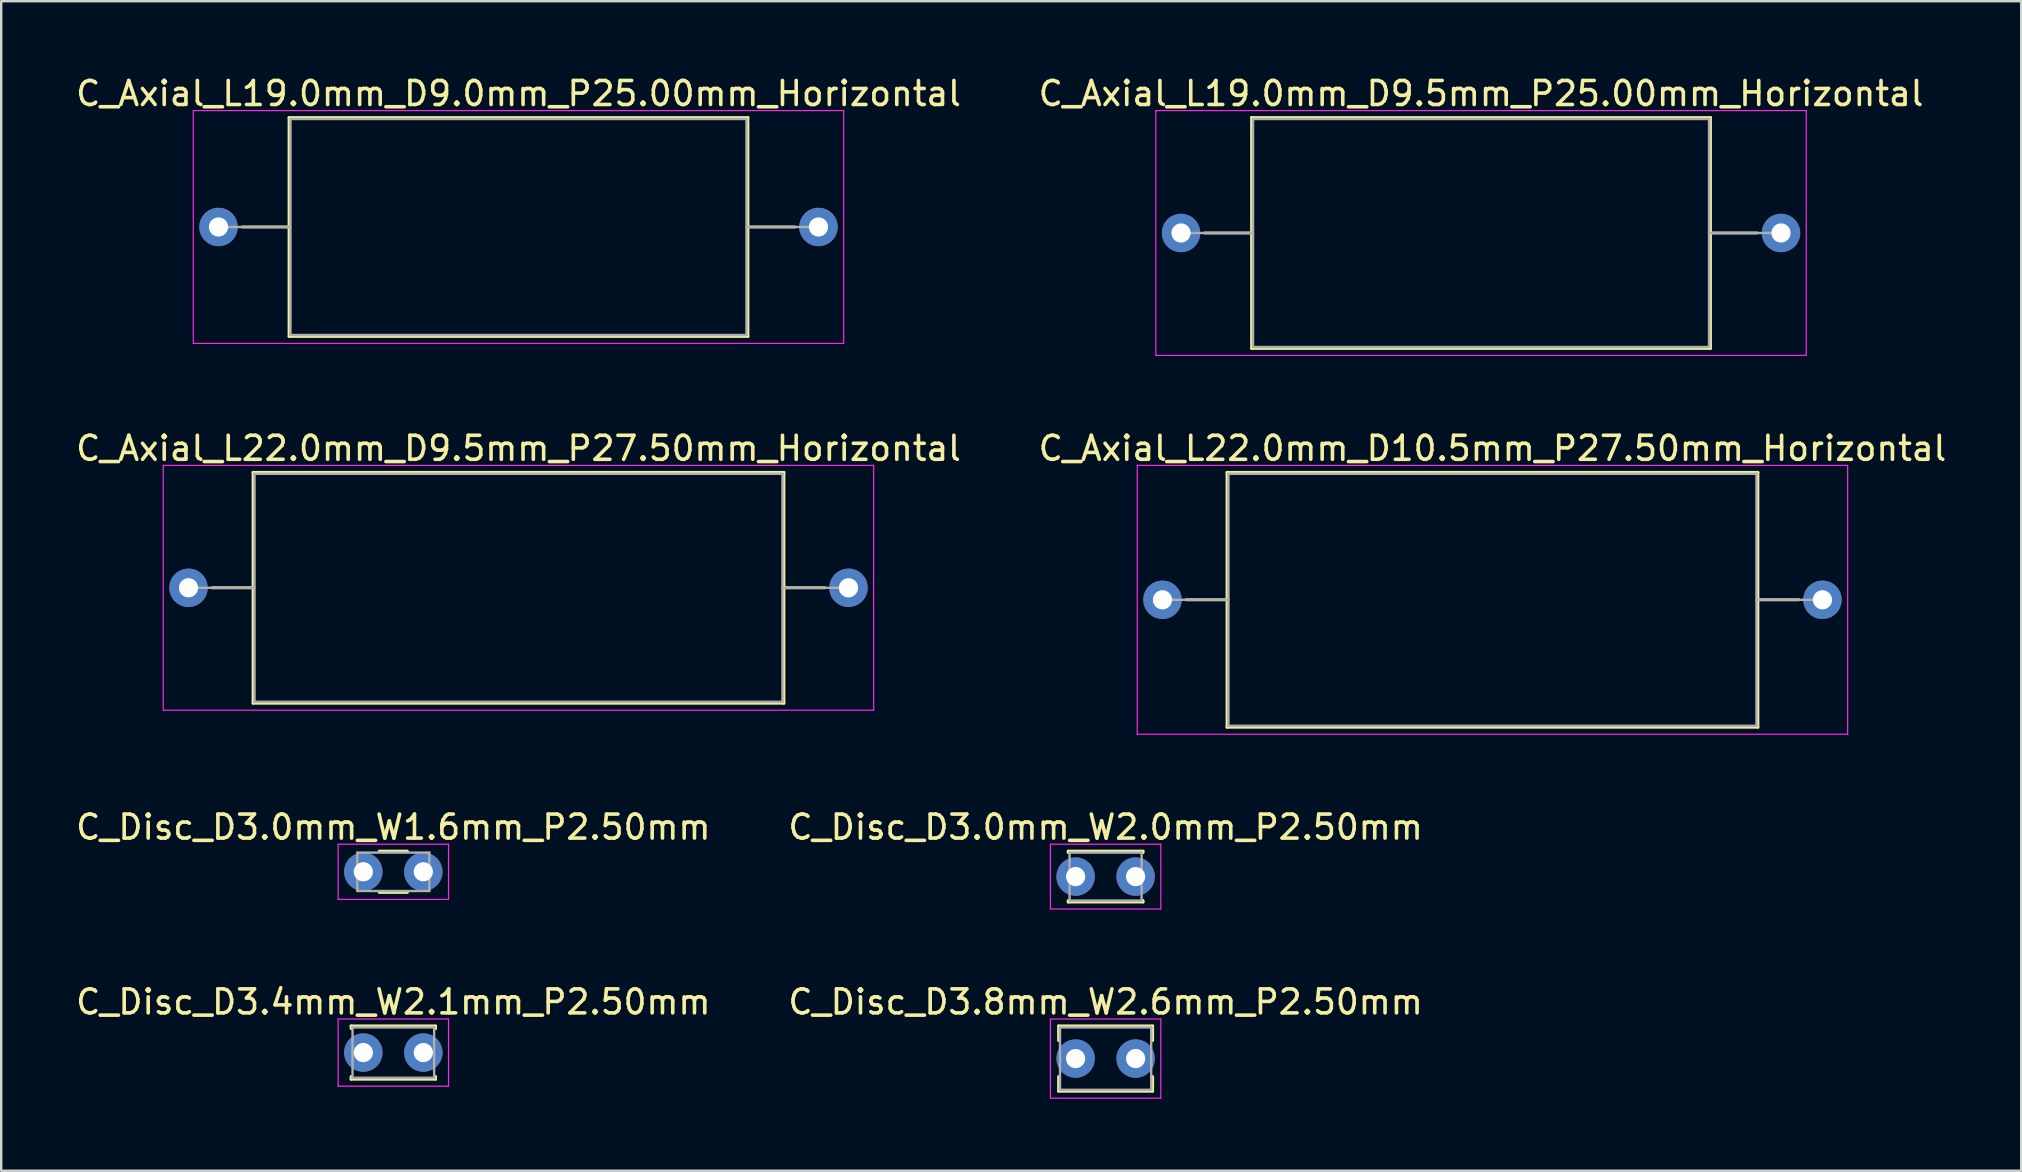
<source format=kicad_pcb>
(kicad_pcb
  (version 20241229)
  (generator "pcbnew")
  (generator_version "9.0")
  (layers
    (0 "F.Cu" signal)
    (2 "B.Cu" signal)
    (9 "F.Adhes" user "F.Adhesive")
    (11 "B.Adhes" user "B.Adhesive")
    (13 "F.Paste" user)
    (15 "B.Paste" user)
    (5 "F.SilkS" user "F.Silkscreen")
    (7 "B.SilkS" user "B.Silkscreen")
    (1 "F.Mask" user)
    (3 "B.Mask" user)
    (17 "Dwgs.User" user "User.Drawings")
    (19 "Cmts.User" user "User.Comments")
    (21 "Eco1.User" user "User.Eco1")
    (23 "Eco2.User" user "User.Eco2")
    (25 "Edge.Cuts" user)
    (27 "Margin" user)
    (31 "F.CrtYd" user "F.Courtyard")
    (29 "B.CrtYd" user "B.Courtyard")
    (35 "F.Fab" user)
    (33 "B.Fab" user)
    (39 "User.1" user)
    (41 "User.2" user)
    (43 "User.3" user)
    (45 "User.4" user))
  (footprint "C_Disc_D3.4mm_W2.1mm_P2.50mm"
    (layer "F.Cu")
    (at 12.089 40.808)
    (property "Reference" "C_Disc_D3.4mm_W2.1mm_P2.50mm" (at 1.25 -2.11 0) (layer "F.SilkS") (effects (font (size 1 1) (thickness 0.15))))
    (attr through_hole)
    (fp_line (start -0.51 -1.11) (end -0.51 -0.996) (stroke (width 0.12) (type solid)) (layer "F.SilkS"))
    (fp_line (start -0.51 -1.11) (end 3.01 -1.11) (stroke (width 0.12) (type solid)) (layer "F.SilkS"))
    (fp_line (start -0.51 0.996) (end -0.51 1.11) (stroke (width 0.12) (type solid)) (layer "F.SilkS"))
    (fp_line (start -0.51 1.11) (end 3.01 1.11) (stroke (width 0.12) (type solid)) (layer "F.SilkS"))
    (fp_line (start 3.01 -1.11) (end 3.01 -0.996) (stroke (width 0.12) (type solid)) (layer "F.SilkS"))
    (fp_line (start 3.01 0.996) (end 3.01 1.11) (stroke (width 0.12) (type solid)) (layer "F.SilkS"))
    (fp_line (start -1.05 -1.4) (end -1.05 1.4) (stroke (width 0.05) (type solid)) (layer "F.CrtYd"))
    (fp_line (start -1.05 1.4) (end 3.55 1.4) (stroke (width 0.05) (type solid)) (layer "F.CrtYd"))
    (fp_line (start 3.55 -1.4) (end -1.05 -1.4) (stroke (width 0.05) (type solid)) (layer "F.CrtYd"))
    (fp_line (start 3.55 1.4) (end 3.55 -1.4) (stroke (width 0.05) (type solid)) (layer "F.CrtYd"))
    (fp_line (start -0.45 -1.05) (end -0.45 1.05) (stroke (width 0.1) (type solid)) (layer "F.Fab"))
    (fp_line (start -0.45 1.05) (end 2.95 1.05) (stroke (width 0.1) (type solid)) (layer "F.Fab"))
    (fp_line (start 2.95 -1.05) (end -0.45 -1.05) (stroke (width 0.1) (type solid)) (layer "F.Fab"))
    (fp_line (start 2.95 1.05) (end 2.95 -1.05) (stroke (width 0.1) (type solid)) (layer "F.Fab"))
    (pad "1" thru_hole circle (at 0 0) (size 1.6 1.6) (drill 0.8) (layers "*.Cu" "*.Mask"))
    (pad "2" thru_hole circle (at 2.5 0) (size 1.6 1.6) (drill 0.8) (layers "*.Cu" "*.Mask")))
  (footprint "C_Disc_D3.0mm_W2.0mm_P2.50mm"
    (layer "F.Cu")
    (at 41.768 33.475)
    (property "Reference" "C_Disc_D3.0mm_W2.0mm_P2.50mm" (at 1.25 -2.06 0) (layer "F.SilkS") (effects (font (size 1 1) (thickness 0.15))))
    (attr through_hole)
    (fp_line (start -0.31 -1.06) (end -0.31 -0.996) (stroke (width 0.12) (type solid)) (layer "F.SilkS"))
    (fp_line (start -0.31 -1.06) (end 2.81 -1.06) (stroke (width 0.12) (type solid)) (layer "F.SilkS"))
    (fp_line (start -0.31 0.996) (end -0.31 1.06) (stroke (width 0.12) (type solid)) (layer "F.SilkS"))
    (fp_line (start -0.31 1.06) (end 2.81 1.06) (stroke (width 0.12) (type solid)) (layer "F.SilkS"))
    (fp_line (start 2.81 -1.06) (end 2.81 -0.996) (stroke (width 0.12) (type solid)) (layer "F.SilkS"))
    (fp_line (start 2.81 0.996) (end 2.81 1.06) (stroke (width 0.12) (type solid)) (layer "F.SilkS"))
    (fp_line (start -1.05 -1.35) (end -1.05 1.35) (stroke (width 0.05) (type solid)) (layer "F.CrtYd"))
    (fp_line (start -1.05 1.35) (end 3.55 1.35) (stroke (width 0.05) (type solid)) (layer "F.CrtYd"))
    (fp_line (start 3.55 -1.35) (end -1.05 -1.35) (stroke (width 0.05) (type solid)) (layer "F.CrtYd"))
    (fp_line (start 3.55 1.35) (end 3.55 -1.35) (stroke (width 0.05) (type solid)) (layer "F.CrtYd"))
    (fp_line (start -0.25 -1) (end -0.25 1) (stroke (width 0.1) (type solid)) (layer "F.Fab"))
    (fp_line (start -0.25 1) (end 2.75 1) (stroke (width 0.1) (type solid)) (layer "F.Fab"))
    (fp_line (start 2.75 -1) (end -0.25 -1) (stroke (width 0.1) (type solid)) (layer "F.Fab"))
    (fp_line (start 2.75 1) (end 2.75 -1) (stroke (width 0.1) (type solid)) (layer "F.Fab"))
    (pad "1" thru_hole circle (at 0 0) (size 1.6 1.6) (drill 0.8) (layers "*.Cu" "*.Mask"))
    (pad "2" thru_hole circle (at 2.5 0) (size 1.6 1.6) (drill 0.8) (layers "*.Cu" "*.Mask")))
  (footprint "C_Axial_L22.0mm_D9.5mm_P27.50mm_Horizontal"
    (layer "F.Cu")
    (at 4.804 21.442)
    (property "Reference" "C_Axial_L22.0mm_D9.5mm_P27.50mm_Horizontal" (at 13.75 -5.81 0) (layer "F.SilkS") (effects (font (size 1 1) (thickness 0.15))))
    (attr through_hole)
    (fp_line (start 0.98 0) (end 2.69 0) (stroke (width 0.12) (type solid)) (layer "F.SilkS"))
    (fp_line (start 2.69 -4.81) (end 2.69 4.81) (stroke (width 0.12) (type solid)) (layer "F.SilkS"))
    (fp_line (start 2.69 4.81) (end 24.81 4.81) (stroke (width 0.12) (type solid)) (layer "F.SilkS"))
    (fp_line (start 24.81 -4.81) (end 2.69 -4.81) (stroke (width 0.12) (type solid)) (layer "F.SilkS"))
    (fp_line (start 24.81 4.81) (end 24.81 -4.81) (stroke (width 0.12) (type solid)) (layer "F.SilkS"))
    (fp_line (start 26.52 0) (end 24.81 0) (stroke (width 0.12) (type solid)) (layer "F.SilkS"))
    (fp_line (start -1.05 -5.1) (end -1.05 5.1) (stroke (width 0.05) (type solid)) (layer "F.CrtYd"))
    (fp_line (start -1.05 5.1) (end 28.55 5.1) (stroke (width 0.05) (type solid)) (layer "F.CrtYd"))
    (fp_line (start 28.55 -5.1) (end -1.05 -5.1) (stroke (width 0.05) (type solid)) (layer "F.CrtYd"))
    (fp_line (start 28.55 5.1) (end 28.55 -5.1) (stroke (width 0.05) (type solid)) (layer "F.CrtYd"))
    (fp_line (start 0 0) (end 2.75 0) (stroke (width 0.1) (type solid)) (layer "F.Fab"))
    (fp_line (start 2.75 -4.75) (end 2.75 4.75) (stroke (width 0.1) (type solid)) (layer "F.Fab"))
    (fp_line (start 2.75 4.75) (end 24.75 4.75) (stroke (width 0.1) (type solid)) (layer "F.Fab"))
    (fp_line (start 24.75 -4.75) (end 2.75 -4.75) (stroke (width 0.1) (type solid)) (layer "F.Fab"))
    (fp_line (start 24.75 4.75) (end 24.75 -4.75) (stroke (width 0.1) (type solid)) (layer "F.Fab"))
    (fp_line (start 27.5 0) (end 24.75 0) (stroke (width 0.1) (type solid)) (layer "F.Fab"))
    (pad "1" thru_hole circle (at 0 0) (size 1.6 1.6) (drill 0.8) (layers "*.Cu" "*.Mask"))
    (pad "2" thru_hole oval (at 27.5 0) (size 1.6 1.6) (drill 0.8) (layers "*.Cu" "*.Mask")))
  (footprint "C_Axial_L19.0mm_D9.0mm_P25.00mm_Horizontal"
    (layer "F.Cu")
    (at 6.054 6.408)
    (property "Reference" "C_Axial_L19.0mm_D9.0mm_P25.00mm_Horizontal" (at 12.5 -5.56 0) (layer "F.SilkS") (effects (font (size 1 1) (thickness 0.15))))
    (attr through_hole)
    (fp_line (start 0.98 0) (end 2.94 0) (stroke (width 0.12) (type solid)) (layer "F.SilkS"))
    (fp_line (start 2.94 -4.56) (end 2.94 4.56) (stroke (width 0.12) (type solid)) (layer "F.SilkS"))
    (fp_line (start 2.94 4.56) (end 22.06 4.56) (stroke (width 0.12) (type solid)) (layer "F.SilkS"))
    (fp_line (start 22.06 -4.56) (end 2.94 -4.56) (stroke (width 0.12) (type solid)) (layer "F.SilkS"))
    (fp_line (start 22.06 4.56) (end 22.06 -4.56) (stroke (width 0.12) (type solid)) (layer "F.SilkS"))
    (fp_line (start 24.02 0) (end 22.06 0) (stroke (width 0.12) (type solid)) (layer "F.SilkS"))
    (fp_line (start -1.05 -4.85) (end -1.05 4.85) (stroke (width 0.05) (type solid)) (layer "F.CrtYd"))
    (fp_line (start -1.05 4.85) (end 26.05 4.85) (stroke (width 0.05) (type solid)) (layer "F.CrtYd"))
    (fp_line (start 26.05 -4.85) (end -1.05 -4.85) (stroke (width 0.05) (type solid)) (layer "F.CrtYd"))
    (fp_line (start 26.05 4.85) (end 26.05 -4.85) (stroke (width 0.05) (type solid)) (layer "F.CrtYd"))
    (fp_line (start 0 0) (end 3 0) (stroke (width 0.1) (type solid)) (layer "F.Fab"))
    (fp_line (start 3 -4.5) (end 3 4.5) (stroke (width 0.1) (type solid)) (layer "F.Fab"))
    (fp_line (start 3 4.5) (end 22 4.5) (stroke (width 0.1) (type solid)) (layer "F.Fab"))
    (fp_line (start 22 -4.5) (end 3 -4.5) (stroke (width 0.1) (type solid)) (layer "F.Fab"))
    (fp_line (start 22 4.5) (end 22 -4.5) (stroke (width 0.1) (type solid)) (layer "F.Fab"))
    (fp_line (start 25 0) (end 22 0) (stroke (width 0.1) (type solid)) (layer "F.Fab"))
    (pad "1" thru_hole circle (at 0 0) (size 1.6 1.6) (drill 0.8) (layers "*.Cu" "*.Mask"))
    (pad "2" thru_hole oval (at 25 0) (size 1.6 1.6) (drill 0.8) (layers "*.Cu" "*.Mask")))
  (footprint "C_Disc_D3.8mm_W2.6mm_P2.50mm"
    (layer "F.Cu")
    (at 41.768 41.058)
    (property "Reference" "C_Disc_D3.8mm_W2.6mm_P2.50mm" (at 1.25 -2.36 0) (layer "F.SilkS") (effects (font (size 1 1) (thickness 0.15))))
    (attr through_hole)
    (fp_line (start -0.71 -1.36) (end -0.71 -0.75) (stroke (width 0.12) (type solid)) (layer "F.SilkS"))
    (fp_line (start -0.71 -1.36) (end 3.21 -1.36) (stroke (width 0.12) (type solid)) (layer "F.SilkS"))
    (fp_line (start -0.71 0.75) (end -0.71 1.36) (stroke (width 0.12) (type solid)) (layer "F.SilkS"))
    (fp_line (start -0.71 1.36) (end 3.21 1.36) (stroke (width 0.12) (type solid)) (layer "F.SilkS"))
    (fp_line (start 3.21 -1.36) (end 3.21 -0.75) (stroke (width 0.12) (type solid)) (layer "F.SilkS"))
    (fp_line (start 3.21 0.75) (end 3.21 1.36) (stroke (width 0.12) (type solid)) (layer "F.SilkS"))
    (fp_line (start -1.05 -1.65) (end -1.05 1.65) (stroke (width 0.05) (type solid)) (layer "F.CrtYd"))
    (fp_line (start -1.05 1.65) (end 3.55 1.65) (stroke (width 0.05) (type solid)) (layer "F.CrtYd"))
    (fp_line (start 3.55 -1.65) (end -1.05 -1.65) (stroke (width 0.05) (type solid)) (layer "F.CrtYd"))
    (fp_line (start 3.55 1.65) (end 3.55 -1.65) (stroke (width 0.05) (type solid)) (layer "F.CrtYd"))
    (fp_line (start -0.65 -1.3) (end -0.65 1.3) (stroke (width 0.1) (type solid)) (layer "F.Fab"))
    (fp_line (start -0.65 1.3) (end 3.15 1.3) (stroke (width 0.1) (type solid)) (layer "F.Fab"))
    (fp_line (start 3.15 -1.3) (end -0.65 -1.3) (stroke (width 0.1) (type solid)) (layer "F.Fab"))
    (fp_line (start 3.15 1.3) (end 3.15 -1.3) (stroke (width 0.1) (type solid)) (layer "F.Fab"))
    (pad "1" thru_hole circle (at 0 0) (size 1.6 1.6) (drill 0.8) (layers "*.Cu" "*.Mask"))
    (pad "2" thru_hole circle (at 2.5 0) (size 1.6 1.6) (drill 0.8) (layers "*.Cu" "*.Mask")))
  (footprint "C_Axial_L19.0mm_D9.5mm_P25.00mm_Horizontal"
    (layer "F.Cu")
    (at 46.161 6.658)
    (property "Reference" "C_Axial_L19.0mm_D9.5mm_P25.00mm_Horizontal" (at 12.5 -5.81 0) (layer "F.SilkS") (effects (font (size 1 1) (thickness 0.15))))
    (attr through_hole)
    (fp_line (start 0.98 0) (end 2.94 0) (stroke (width 0.12) (type solid)) (layer "F.SilkS"))
    (fp_line (start 2.94 -4.81) (end 2.94 4.81) (stroke (width 0.12) (type solid)) (layer "F.SilkS"))
    (fp_line (start 2.94 4.81) (end 22.06 4.81) (stroke (width 0.12) (type solid)) (layer "F.SilkS"))
    (fp_line (start 22.06 -4.81) (end 2.94 -4.81) (stroke (width 0.12) (type solid)) (layer "F.SilkS"))
    (fp_line (start 22.06 4.81) (end 22.06 -4.81) (stroke (width 0.12) (type solid)) (layer "F.SilkS"))
    (fp_line (start 24.02 0) (end 22.06 0) (stroke (width 0.12) (type solid)) (layer "F.SilkS"))
    (fp_line (start -1.05 -5.1) (end -1.05 5.1) (stroke (width 0.05) (type solid)) (layer "F.CrtYd"))
    (fp_line (start -1.05 5.1) (end 26.05 5.1) (stroke (width 0.05) (type solid)) (layer "F.CrtYd"))
    (fp_line (start 26.05 -5.1) (end -1.05 -5.1) (stroke (width 0.05) (type solid)) (layer "F.CrtYd"))
    (fp_line (start 26.05 5.1) (end 26.05 -5.1) (stroke (width 0.05) (type solid)) (layer "F.CrtYd"))
    (fp_line (start 0 0) (end 3 0) (stroke (width 0.1) (type solid)) (layer "F.Fab"))
    (fp_line (start 3 -4.75) (end 3 4.75) (stroke (width 0.1) (type solid)) (layer "F.Fab"))
    (fp_line (start 3 4.75) (end 22 4.75) (stroke (width 0.1) (type solid)) (layer "F.Fab"))
    (fp_line (start 22 -4.75) (end 3 -4.75) (stroke (width 0.1) (type solid)) (layer "F.Fab"))
    (fp_line (start 22 4.75) (end 22 -4.75) (stroke (width 0.1) (type solid)) (layer "F.Fab"))
    (fp_line (start 25 0) (end 22 0) (stroke (width 0.1) (type solid)) (layer "F.Fab"))
    (pad "1" thru_hole circle (at 0 0) (size 1.6 1.6) (drill 0.8) (layers "*.Cu" "*.Mask"))
    (pad "2" thru_hole oval (at 25 0) (size 1.6 1.6) (drill 0.8) (layers "*.Cu" "*.Mask")))
  (footprint "C_Disc_D3.0mm_W1.6mm_P2.50mm"
    (layer "F.Cu")
    (at 12.089 33.275)
    (property "Reference" "C_Disc_D3.0mm_W1.6mm_P2.50mm" (at 1.25 -1.86 0) (layer "F.SilkS") (effects (font (size 1 1) (thickness 0.15))))
    (attr through_hole)
    (fp_line (start 0.663 -0.861) (end 1.837 -0.861) (stroke (width 0.12) (type solid)) (layer "F.SilkS"))
    (fp_line (start 0.663 0.861) (end 1.837 0.861) (stroke (width 0.12) (type solid)) (layer "F.SilkS"))
    (fp_line (start -1.05 -1.15) (end -1.05 1.15) (stroke (width 0.05) (type solid)) (layer "F.CrtYd"))
    (fp_line (start -1.05 1.15) (end 3.55 1.15) (stroke (width 0.05) (type solid)) (layer "F.CrtYd"))
    (fp_line (start 3.55 -1.15) (end -1.05 -1.15) (stroke (width 0.05) (type solid)) (layer "F.CrtYd"))
    (fp_line (start 3.55 1.15) (end 3.55 -1.15) (stroke (width 0.05) (type solid)) (layer "F.CrtYd"))
    (fp_line (start -0.25 -0.8) (end -0.25 0.8) (stroke (width 0.1) (type solid)) (layer "F.Fab"))
    (fp_line (start -0.25 0.8) (end 2.75 0.8) (stroke (width 0.1) (type solid)) (layer "F.Fab"))
    (fp_line (start 2.75 -0.8) (end -0.25 -0.8) (stroke (width 0.1) (type solid)) (layer "F.Fab"))
    (fp_line (start 2.75 0.8) (end 2.75 -0.8) (stroke (width 0.1) (type solid)) (layer "F.Fab"))
    (pad "1" thru_hole circle (at 0 0) (size 1.6 1.6) (drill 0.8) (layers "*.Cu" "*.Mask"))
    (pad "2" thru_hole circle (at 2.5 0) (size 1.6 1.6) (drill 0.8) (layers "*.Cu" "*.Mask")))
  (footprint "C_Axial_L22.0mm_D10.5mm_P27.50mm_Horizontal"
    (layer "F.Cu")
    (at 45.387 21.942)
    (property "Reference" "C_Axial_L22.0mm_D10.5mm_P27.50mm_Horizontal" (at 13.75 -6.31 0) (layer "F.SilkS") (effects (font (size 1 1) (thickness 0.15))))
    (attr through_hole)
    (fp_line (start 0.98 0) (end 2.69 0) (stroke (width 0.12) (type solid)) (layer "F.SilkS"))
    (fp_line (start 2.69 -5.31) (end 2.69 5.31) (stroke (width 0.12) (type solid)) (layer "F.SilkS"))
    (fp_line (start 2.69 5.31) (end 24.81 5.31) (stroke (width 0.12) (type solid)) (layer "F.SilkS"))
    (fp_line (start 24.81 -5.31) (end 2.69 -5.31) (stroke (width 0.12) (type solid)) (layer "F.SilkS"))
    (fp_line (start 24.81 5.31) (end 24.81 -5.31) (stroke (width 0.12) (type solid)) (layer "F.SilkS"))
    (fp_line (start 26.52 0) (end 24.81 0) (stroke (width 0.12) (type solid)) (layer "F.SilkS"))
    (fp_line (start -1.05 -5.6) (end -1.05 5.6) (stroke (width 0.05) (type solid)) (layer "F.CrtYd"))
    (fp_line (start -1.05 5.6) (end 28.55 5.6) (stroke (width 0.05) (type solid)) (layer "F.CrtYd"))
    (fp_line (start 28.55 -5.6) (end -1.05 -5.6) (stroke (width 0.05) (type solid)) (layer "F.CrtYd"))
    (fp_line (start 28.55 5.6) (end 28.55 -5.6) (stroke (width 0.05) (type solid)) (layer "F.CrtYd"))
    (fp_line (start 0 0) (end 2.75 0) (stroke (width 0.1) (type solid)) (layer "F.Fab"))
    (fp_line (start 2.75 -5.25) (end 2.75 5.25) (stroke (width 0.1) (type solid)) (layer "F.Fab"))
    (fp_line (start 2.75 5.25) (end 24.75 5.25) (stroke (width 0.1) (type solid)) (layer "F.Fab"))
    (fp_line (start 24.75 -5.25) (end 2.75 -5.25) (stroke (width 0.1) (type solid)) (layer "F.Fab"))
    (fp_line (start 24.75 5.25) (end 24.75 -5.25) (stroke (width 0.1) (type solid)) (layer "F.Fab"))
    (fp_line (start 27.5 0) (end 24.75 0) (stroke (width 0.1) (type solid)) (layer "F.Fab"))
    (pad "1" thru_hole circle (at 0 0) (size 1.6 1.6) (drill 0.8) (layers "*.Cu" "*.Mask"))
    (pad "2" thru_hole oval (at 27.5 0) (size 1.6 1.6) (drill 0.8) (layers "*.Cu" "*.Mask")))
  (gr_rect
    (start -3 -3)
    (end 81.167 45.733)
    (stroke (width 0.1) (type default))
    (fill no)
    (layer "Edge.Cuts")))
</source>
